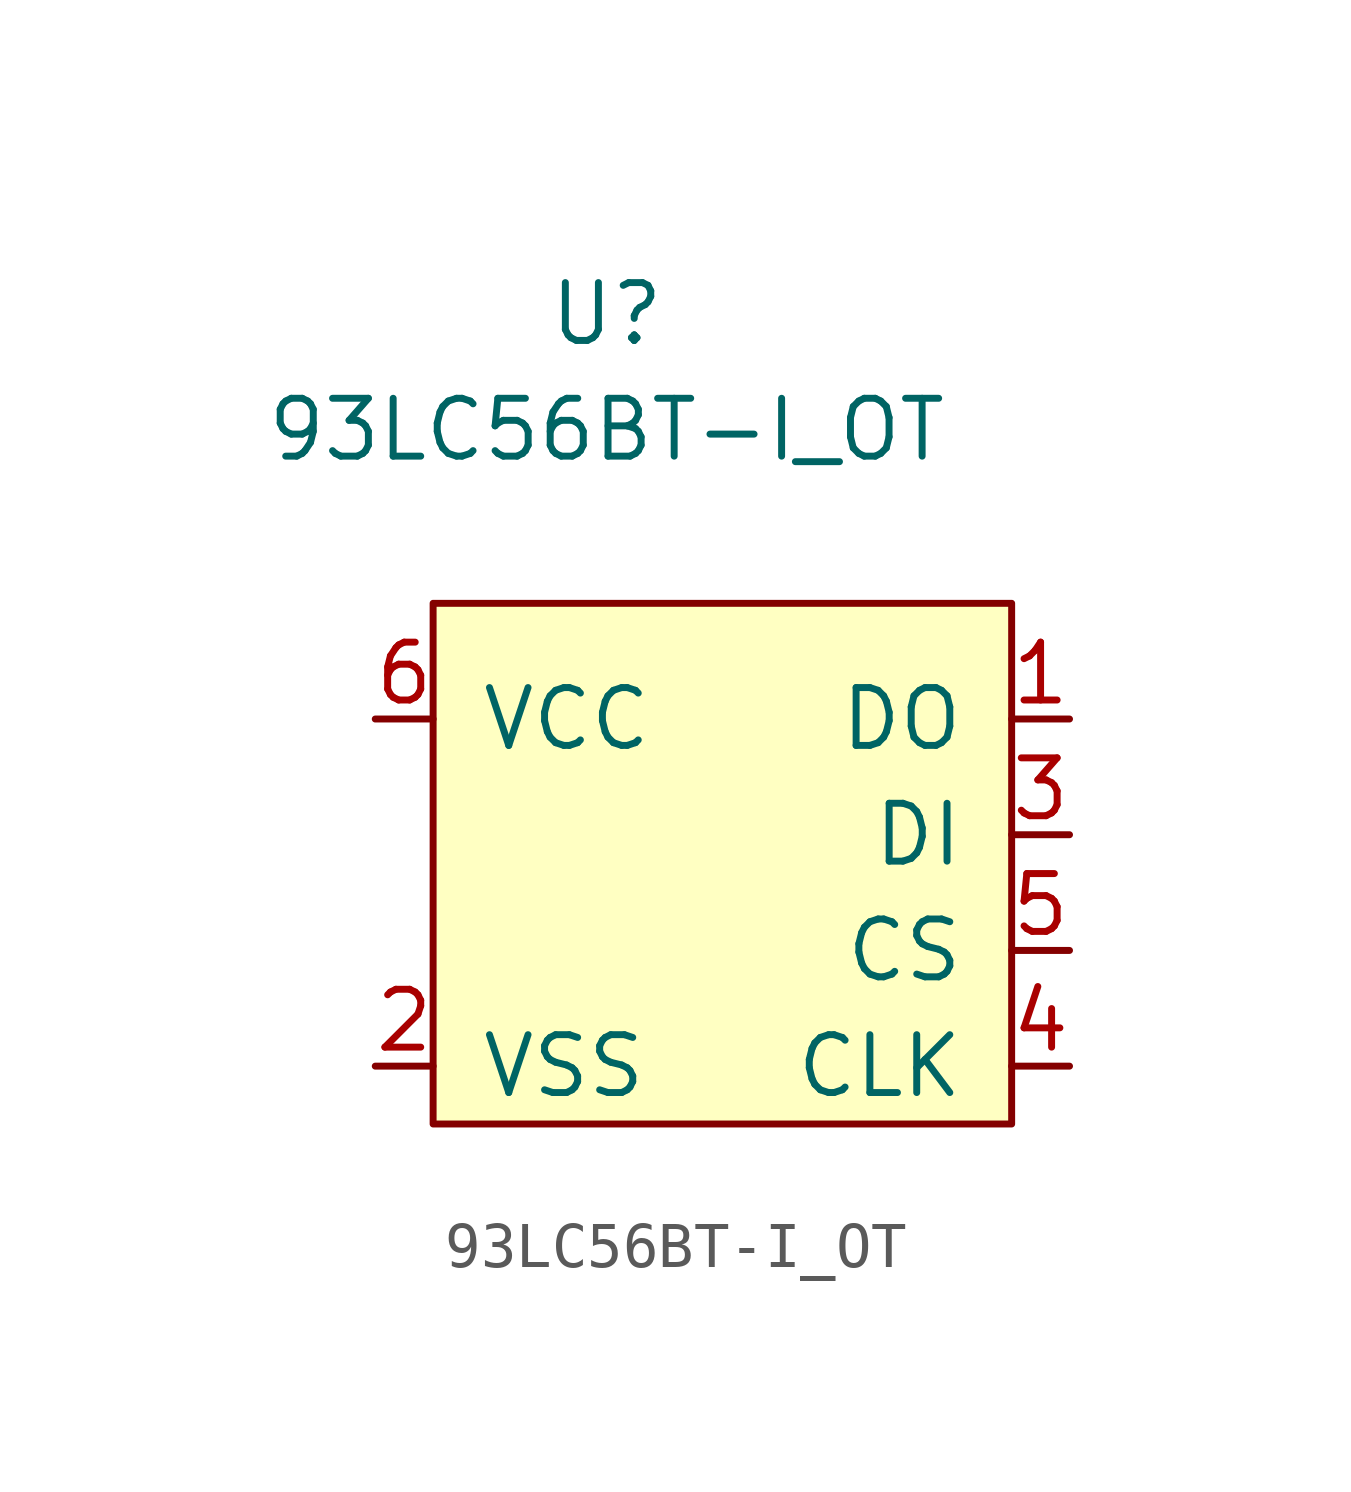
<source format=kicad_sym>
(kicad_symbol_lib
  (version 20211014)
  (generator kicad_symbol_editor)
  (symbol "93LC56BT-I_OT"
    (pin_names
      (offset 1.016))
    (property "Reference" "U"
      (at 0 11.43 0)
      (effects (font (size 1.27 1.27))))
    (property "Value" "93LC56BT-I_OT"
      (at 0 8.89 0)
      (effects (font (size 1.27 1.27))))
    (symbol "93LC56BT-I_OT_0_1"
      (rectangle (start -3.81 5.08) (end 8.89 -6.35) (stroke (width 0) (type default) (color 0 0 0 0)) (fill (type background))))
    (symbol "93LC56BT-I_OT_1_1"
      (pin output line (at 10.16 2.54 180) (length 1.27) (name "DO" (effects (font (size 1.27 1.27)))) (number "1" (effects (font (size 1.27 1.27)))))
      (pin power_in line (at -5.08 -5.08 0) (length 1.27) (name "VSS" (effects (font (size 1.27 1.27)))) (number "2" (effects (font (size 1.27 1.27)))))
      (pin input line (at 10.16 0 180) (length 1.27) (name "DI" (effects (font (size 1.27 1.27)))) (number "3" (effects (font (size 1.27 1.27)))))
      (pin input line (at 10.16 -5.08 180) (length 1.27) (name "CLK" (effects (font (size 1.27 1.27)))) (number "4" (effects (font (size 1.27 1.27)))))
      (pin input line (at 10.16 -2.54 180) (length 1.27) (name "CS" (effects (font (size 1.27 1.27)))) (number "5" (effects (font (size 1.27 1.27)))))
      (pin power_in line (at -5.08 2.54 0) (length 1.27) (name "VCC" (effects (font (size 1.27 1.27)))) (number "6" (effects (font (size 1.27 1.27))))))))
</source>
